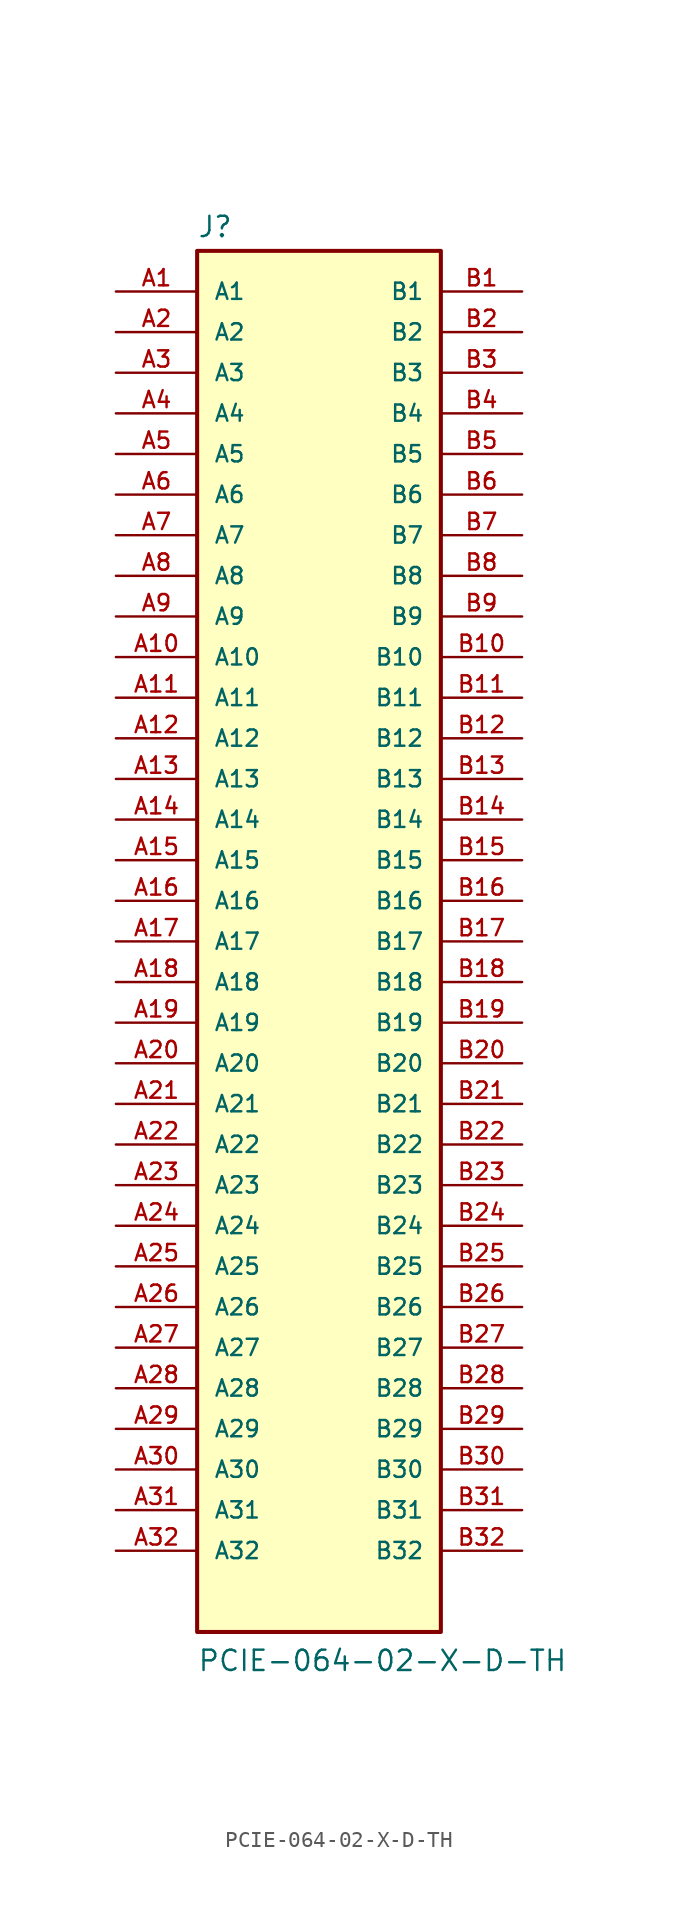
<source format=kicad_sym>
(kicad_symbol_lib
  (version 20211014)
  (generator kicad_symbol_editor)
  (symbol "PCIE-064-02-X-D-TH"
    (pin_names
      (offset 1.016))
    (property "Reference" "J"
      (at -7.62 43.942 0)
      (effects (font (size 1.27 1.27)) (justify bottom left)))
    (property "Value" "PCIE-064-02-X-D-TH"
      (at -7.62 -45.72 0)
      (effects (font (size 1.27 1.27)) (justify bottom left)))
    (symbol "PCIE-064-02-X-D-TH_0_0"
      (rectangle (start -7.62 -43.18) (end 7.62 43.18) (stroke (width 0.254)) (fill (type background)))
      (pin passive line (at -12.7 40.64 0) (length 5.08) (name "A1" (effects (font (size 1.016 1.016)))) (number "A1" (effects (font (size 1.016 1.016)))))
      (pin passive line (at 12.7 40.64 180.0) (length 5.08) (name "B1" (effects (font (size 1.016 1.016)))) (number "B1" (effects (font (size 1.016 1.016)))))
      (pin passive line (at -12.7 38.1 0) (length 5.08) (name "A2" (effects (font (size 1.016 1.016)))) (number "A2" (effects (font (size 1.016 1.016)))))
      (pin passive line (at 12.7 38.1 180.0) (length 5.08) (name "B2" (effects (font (size 1.016 1.016)))) (number "B2" (effects (font (size 1.016 1.016)))))
      (pin passive line (at -12.7 35.56 0) (length 5.08) (name "A3" (effects (font (size 1.016 1.016)))) (number "A3" (effects (font (size 1.016 1.016)))))
      (pin passive line (at 12.7 35.56 180.0) (length 5.08) (name "B3" (effects (font (size 1.016 1.016)))) (number "B3" (effects (font (size 1.016 1.016)))))
      (pin passive line (at -12.7 33.02 0) (length 5.08) (name "A4" (effects (font (size 1.016 1.016)))) (number "A4" (effects (font (size 1.016 1.016)))))
      (pin passive line (at 12.7 33.02 180.0) (length 5.08) (name "B4" (effects (font (size 1.016 1.016)))) (number "B4" (effects (font (size 1.016 1.016)))))
      (pin passive line (at -12.7 30.48 0) (length 5.08) (name "A5" (effects (font (size 1.016 1.016)))) (number "A5" (effects (font (size 1.016 1.016)))))
      (pin passive line (at 12.7 30.48 180.0) (length 5.08) (name "B5" (effects (font (size 1.016 1.016)))) (number "B5" (effects (font (size 1.016 1.016)))))
      (pin passive line (at -12.7 27.94 0) (length 5.08) (name "A6" (effects (font (size 1.016 1.016)))) (number "A6" (effects (font (size 1.016 1.016)))))
      (pin passive line (at 12.7 27.94 180.0) (length 5.08) (name "B6" (effects (font (size 1.016 1.016)))) (number "B6" (effects (font (size 1.016 1.016)))))
      (pin passive line (at -12.7 25.4 0) (length 5.08) (name "A7" (effects (font (size 1.016 1.016)))) (number "A7" (effects (font (size 1.016 1.016)))))
      (pin passive line (at 12.7 25.4 180.0) (length 5.08) (name "B7" (effects (font (size 1.016 1.016)))) (number "B7" (effects (font (size 1.016 1.016)))))
      (pin passive line (at -12.7 22.86 0) (length 5.08) (name "A8" (effects (font (size 1.016 1.016)))) (number "A8" (effects (font (size 1.016 1.016)))))
      (pin passive line (at 12.7 22.86 180.0) (length 5.08) (name "B8" (effects (font (size 1.016 1.016)))) (number "B8" (effects (font (size 1.016 1.016)))))
      (pin passive line (at -12.7 20.32 0) (length 5.08) (name "A9" (effects (font (size 1.016 1.016)))) (number "A9" (effects (font (size 1.016 1.016)))))
      (pin passive line (at 12.7 20.32 180.0) (length 5.08) (name "B9" (effects (font (size 1.016 1.016)))) (number "B9" (effects (font (size 1.016 1.016)))))
      (pin passive line (at -12.7 17.78 0) (length 5.08) (name "A10" (effects (font (size 1.016 1.016)))) (number "A10" (effects (font (size 1.016 1.016)))))
      (pin passive line (at 12.7 17.78 180.0) (length 5.08) (name "B10" (effects (font (size 1.016 1.016)))) (number "B10" (effects (font (size 1.016 1.016)))))
      (pin passive line (at -12.7 15.24 0) (length 5.08) (name "A11" (effects (font (size 1.016 1.016)))) (number "A11" (effects (font (size 1.016 1.016)))))
      (pin passive line (at 12.7 15.24 180.0) (length 5.08) (name "B11" (effects (font (size 1.016 1.016)))) (number "B11" (effects (font (size 1.016 1.016)))))
      (pin passive line (at -12.7 12.7 0) (length 5.08) (name "A12" (effects (font (size 1.016 1.016)))) (number "A12" (effects (font (size 1.016 1.016)))))
      (pin passive line (at 12.7 12.7 180.0) (length 5.08) (name "B12" (effects (font (size 1.016 1.016)))) (number "B12" (effects (font (size 1.016 1.016)))))
      (pin passive line (at -12.7 10.16 0) (length 5.08) (name "A13" (effects (font (size 1.016 1.016)))) (number "A13" (effects (font (size 1.016 1.016)))))
      (pin passive line (at 12.7 10.16 180.0) (length 5.08) (name "B13" (effects (font (size 1.016 1.016)))) (number "B13" (effects (font (size 1.016 1.016)))))
      (pin passive line (at -12.7 7.62 0) (length 5.08) (name "A14" (effects (font (size 1.016 1.016)))) (number "A14" (effects (font (size 1.016 1.016)))))
      (pin passive line (at 12.7 7.62 180.0) (length 5.08) (name "B14" (effects (font (size 1.016 1.016)))) (number "B14" (effects (font (size 1.016 1.016)))))
      (pin passive line (at -12.7 5.08 0) (length 5.08) (name "A15" (effects (font (size 1.016 1.016)))) (number "A15" (effects (font (size 1.016 1.016)))))
      (pin passive line (at 12.7 5.08 180.0) (length 5.08) (name "B15" (effects (font (size 1.016 1.016)))) (number "B15" (effects (font (size 1.016 1.016)))))
      (pin passive line (at -12.7 2.54 0) (length 5.08) (name "A16" (effects (font (size 1.016 1.016)))) (number "A16" (effects (font (size 1.016 1.016)))))
      (pin passive line (at 12.7 2.54 180.0) (length 5.08) (name "B16" (effects (font (size 1.016 1.016)))) (number "B16" (effects (font (size 1.016 1.016)))))
      (pin passive line (at -12.7 0.0 0) (length 5.08) (name "A17" (effects (font (size 1.016 1.016)))) (number "A17" (effects (font (size 1.016 1.016)))))
      (pin passive line (at 12.7 0.0 180.0) (length 5.08) (name "B17" (effects (font (size 1.016 1.016)))) (number "B17" (effects (font (size 1.016 1.016)))))
      (pin passive line (at -12.7 -2.54 0) (length 5.08) (name "A18" (effects (font (size 1.016 1.016)))) (number "A18" (effects (font (size 1.016 1.016)))))
      (pin passive line (at 12.7 -2.54 180.0) (length 5.08) (name "B18" (effects (font (size 1.016 1.016)))) (number "B18" (effects (font (size 1.016 1.016)))))
      (pin passive line (at -12.7 -5.08 0) (length 5.08) (name "A19" (effects (font (size 1.016 1.016)))) (number "A19" (effects (font (size 1.016 1.016)))))
      (pin passive line (at 12.7 -5.08 180.0) (length 5.08) (name "B19" (effects (font (size 1.016 1.016)))) (number "B19" (effects (font (size 1.016 1.016)))))
      (pin passive line (at -12.7 -7.62 0) (length 5.08) (name "A20" (effects (font (size 1.016 1.016)))) (number "A20" (effects (font (size 1.016 1.016)))))
      (pin passive line (at 12.7 -7.62 180.0) (length 5.08) (name "B20" (effects (font (size 1.016 1.016)))) (number "B20" (effects (font (size 1.016 1.016)))))
      (pin passive line (at -12.7 -10.16 0) (length 5.08) (name "A21" (effects (font (size 1.016 1.016)))) (number "A21" (effects (font (size 1.016 1.016)))))
      (pin passive line (at 12.7 -10.16 180.0) (length 5.08) (name "B21" (effects (font (size 1.016 1.016)))) (number "B21" (effects (font (size 1.016 1.016)))))
      (pin passive line (at -12.7 -12.7 0) (length 5.08) (name "A22" (effects (font (size 1.016 1.016)))) (number "A22" (effects (font (size 1.016 1.016)))))
      (pin passive line (at 12.7 -12.7 180.0) (length 5.08) (name "B22" (effects (font (size 1.016 1.016)))) (number "B22" (effects (font (size 1.016 1.016)))))
      (pin passive line (at -12.7 -15.24 0) (length 5.08) (name "A23" (effects (font (size 1.016 1.016)))) (number "A23" (effects (font (size 1.016 1.016)))))
      (pin passive line (at 12.7 -15.24 180.0) (length 5.08) (name "B23" (effects (font (size 1.016 1.016)))) (number "B23" (effects (font (size 1.016 1.016)))))
      (pin passive line (at -12.7 -17.78 0) (length 5.08) (name "A24" (effects (font (size 1.016 1.016)))) (number "A24" (effects (font (size 1.016 1.016)))))
      (pin passive line (at 12.7 -17.78 180.0) (length 5.08) (name "B24" (effects (font (size 1.016 1.016)))) (number "B24" (effects (font (size 1.016 1.016)))))
      (pin passive line (at -12.7 -20.32 0) (length 5.08) (name "A25" (effects (font (size 1.016 1.016)))) (number "A25" (effects (font (size 1.016 1.016)))))
      (pin passive line (at 12.7 -20.32 180.0) (length 5.08) (name "B25" (effects (font (size 1.016 1.016)))) (number "B25" (effects (font (size 1.016 1.016)))))
      (pin passive line (at -12.7 -22.86 0) (length 5.08) (name "A26" (effects (font (size 1.016 1.016)))) (number "A26" (effects (font (size 1.016 1.016)))))
      (pin passive line (at 12.7 -22.86 180.0) (length 5.08) (name "B26" (effects (font (size 1.016 1.016)))) (number "B26" (effects (font (size 1.016 1.016)))))
      (pin passive line (at -12.7 -25.4 0) (length 5.08) (name "A27" (effects (font (size 1.016 1.016)))) (number "A27" (effects (font (size 1.016 1.016)))))
      (pin passive line (at 12.7 -25.4 180.0) (length 5.08) (name "B27" (effects (font (size 1.016 1.016)))) (number "B27" (effects (font (size 1.016 1.016)))))
      (pin passive line (at -12.7 -27.94 0) (length 5.08) (name "A28" (effects (font (size 1.016 1.016)))) (number "A28" (effects (font (size 1.016 1.016)))))
      (pin passive line (at 12.7 -27.94 180.0) (length 5.08) (name "B28" (effects (font (size 1.016 1.016)))) (number "B28" (effects (font (size 1.016 1.016)))))
      (pin passive line (at -12.7 -30.48 0) (length 5.08) (name "A29" (effects (font (size 1.016 1.016)))) (number "A29" (effects (font (size 1.016 1.016)))))
      (pin passive line (at 12.7 -30.48 180.0) (length 5.08) (name "B29" (effects (font (size 1.016 1.016)))) (number "B29" (effects (font (size 1.016 1.016)))))
      (pin passive line (at -12.7 -33.02 0) (length 5.08) (name "A30" (effects (font (size 1.016 1.016)))) (number "A30" (effects (font (size 1.016 1.016)))))
      (pin passive line (at 12.7 -33.02 180.0) (length 5.08) (name "B30" (effects (font (size 1.016 1.016)))) (number "B30" (effects (font (size 1.016 1.016)))))
      (pin passive line (at -12.7 -35.56 0) (length 5.08) (name "A31" (effects (font (size 1.016 1.016)))) (number "A31" (effects (font (size 1.016 1.016)))))
      (pin passive line (at 12.7 -35.56 180.0) (length 5.08) (name "B31" (effects (font (size 1.016 1.016)))) (number "B31" (effects (font (size 1.016 1.016)))))
      (pin passive line (at -12.7 -38.1 0) (length 5.08) (name "A32" (effects (font (size 1.016 1.016)))) (number "A32" (effects (font (size 1.016 1.016)))))
      (pin passive line (at 12.7 -38.1 180.0) (length 5.08) (name "B32" (effects (font (size 1.016 1.016)))) (number "B32" (effects (font (size 1.016 1.016))))))))
</source>
